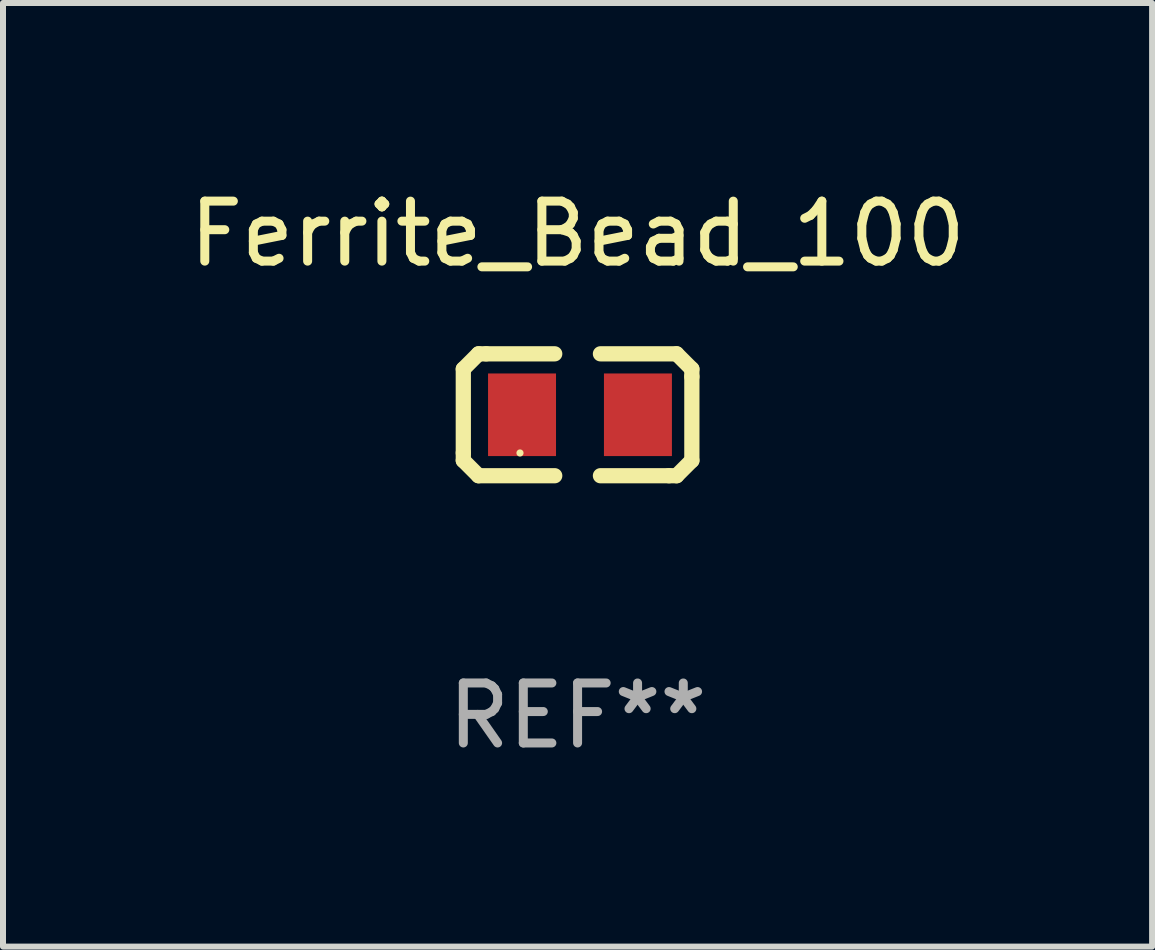
<source format=kicad_pcb>
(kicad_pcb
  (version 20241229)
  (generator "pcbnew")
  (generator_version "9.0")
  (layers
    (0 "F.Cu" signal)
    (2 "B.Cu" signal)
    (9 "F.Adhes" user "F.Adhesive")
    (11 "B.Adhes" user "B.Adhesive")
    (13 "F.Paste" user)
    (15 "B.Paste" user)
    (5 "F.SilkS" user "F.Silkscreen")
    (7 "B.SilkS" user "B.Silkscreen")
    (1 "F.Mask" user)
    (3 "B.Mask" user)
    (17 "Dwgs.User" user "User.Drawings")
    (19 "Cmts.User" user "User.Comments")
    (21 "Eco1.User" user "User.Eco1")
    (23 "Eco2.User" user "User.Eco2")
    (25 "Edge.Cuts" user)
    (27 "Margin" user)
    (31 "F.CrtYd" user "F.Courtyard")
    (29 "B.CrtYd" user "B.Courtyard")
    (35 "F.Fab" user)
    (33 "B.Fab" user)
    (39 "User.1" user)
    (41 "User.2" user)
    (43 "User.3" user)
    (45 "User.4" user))
  (footprint "Ferrite_Bead_100"
    (layer "F.Cu")
    (at 6.618 3.864)
    (property "Reference" "Ferrite_Bead_100" (at -0.04 -3.016 0) (layer "F.SilkS") (effects (font (size 1 1) (thickness 0.15))))
    (attr through_hole)
    (fp_line (start -1.945 -0.762) (end -1.945 0.635) (stroke (width 0.254) (type solid)) (layer "F.SilkS"))
    (fp_line (start -1.945 0.635) (end -1.945 0.762) (stroke (width 0.254) (type solid)) (layer "F.SilkS"))
    (fp_line (start -1.945 0.762) (end -1.691 1.016) (stroke (width 0.254) (type solid)) (layer "F.SilkS"))
    (fp_line (start -1.691 -1.016) (end -1.945 -0.762) (stroke (width 0.254) (type solid)) (layer "F.SilkS"))
    (fp_line (start -1.691 1.016) (end -0.421 1.016) (stroke (width 0.254) (type solid)) (layer "F.SilkS"))
    (fp_line (start -1.564 -1.016) (end -1.691 -1.016) (stroke (width 0.254) (type solid)) (layer "F.SilkS"))
    (fp_line (start -0.421 -1.016) (end -1.564 -1.016) (stroke (width 0.254) (type solid)) (layer "F.SilkS"))
    (fp_line (start 0.341 1.016) (end 1.484 1.016) (stroke (width 0.254) (type solid)) (layer "F.SilkS"))
    (fp_line (start 1.484 1.016) (end 1.611 1.016) (stroke (width 0.254) (type solid)) (layer "F.SilkS"))
    (fp_line (start 1.611 -1.016) (end 0.341 -1.016) (stroke (width 0.254) (type solid)) (layer "F.SilkS"))
    (fp_line (start 1.611 1.016) (end 1.865 0.762) (stroke (width 0.254) (type solid)) (layer "F.SilkS"))
    (fp_line (start 1.865 -0.762) (end 1.611 -1.016) (stroke (width 0.254) (type solid)) (layer "F.SilkS"))
    (fp_line (start 1.865 -0.635) (end 1.865 -0.762) (stroke (width 0.254) (type solid)) (layer "F.SilkS"))
    (fp_line (start 1.865 0.762) (end 1.865 -0.635) (stroke (width 0.254) (type solid)) (layer "F.SilkS"))
    (fp_circle (center -1 0.637) (end -0.97 0.637) (stroke (width 0.06) (type solid)) (fill no) (layer "F.SilkS"))
    (fp_text user "REF**" (at -0.04 5.016 0) (layer "F.Fab") (effects (font (size 1 1) (thickness 0.15))))
    (pad "1" smd rect (at -0.966 0) (size 1.133 1.377) (layers "F.Cu" "F.Mask" "F.Paste"))
    (pad "2" smd rect (at 0.966 0) (size 1.133 1.377) (layers "F.Cu" "F.Mask" "F.Paste")))
  (gr_rect
    (start -3 -3)
    (end 16.155 12.729)
    (stroke (width 0.1) (type default))
    (fill no)
    (layer "Edge.Cuts")))
</source>
